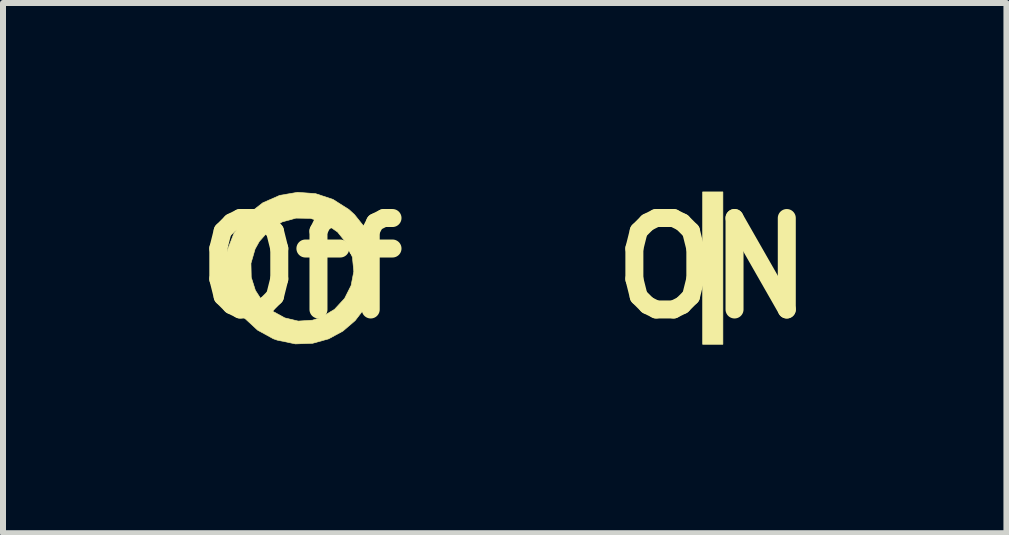
<source format=kicad_pcb>
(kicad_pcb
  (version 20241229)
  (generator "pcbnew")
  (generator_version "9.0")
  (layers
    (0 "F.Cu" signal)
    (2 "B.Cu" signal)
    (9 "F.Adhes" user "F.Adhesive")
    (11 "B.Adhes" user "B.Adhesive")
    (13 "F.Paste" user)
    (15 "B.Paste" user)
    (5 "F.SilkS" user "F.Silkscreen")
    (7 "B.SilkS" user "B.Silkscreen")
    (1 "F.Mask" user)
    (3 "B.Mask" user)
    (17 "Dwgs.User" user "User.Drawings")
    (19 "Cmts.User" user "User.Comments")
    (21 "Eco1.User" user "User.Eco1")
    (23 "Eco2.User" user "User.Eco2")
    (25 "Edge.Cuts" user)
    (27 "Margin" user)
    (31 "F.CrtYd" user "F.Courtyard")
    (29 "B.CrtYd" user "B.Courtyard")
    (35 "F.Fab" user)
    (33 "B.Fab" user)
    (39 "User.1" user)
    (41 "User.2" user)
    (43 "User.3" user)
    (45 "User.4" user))
  (footprint "Off"
    (layer "F.Cu")
    (at 1.967 1.418)
    (property "Reference" "Off" (at 0 0 0) (layer "F.SilkS") (effects (font (size 1.524 1.524) (thickness 0.3))))
    (attr through_hole)
    (fp_poly (pts (xy 0.242 -1.241) (xy 0.532 -1.145) (xy 0.798 -0.976) (xy 0.891 -0.891) (xy 1.088 -0.644) (xy 1.209 -0.38) (xy 1.262 -0.108) (xy 1.252 0.162) (xy 1.184 0.422) (xy 1.065 0.662) (xy 0.901 0.875) (xy 0.697 1.05) (xy 0.459 1.179) (xy 0.193 1.253) (xy -0.094 1.263) (xy -0.398 1.2) (xy -0.463 1.177) (xy -0.725 1.033) (xy -0.949 0.826) (xy -1.121 0.572) (xy -1.232 0.288) (xy -1.27 0) (xy -1.259 -0.08) (xy -0.835 -0.08) (xy -0.83 0.153) (xy -0.761 0.371) (xy -0.637 0.564) (xy -0.471 0.72) (xy -0.27 0.83) (xy -0.047 0.883) (xy 0.19 0.868) (xy 0.329 0.823) (xy 0.557 0.688) (xy 0.726 0.505) (xy 0.834 0.29) (xy 0.879 0.056) (xy 0.856 -0.181) (xy 0.764 -0.408) (xy 0.609 -0.601) (xy 0.392 -0.752) (xy 0.156 -0.829) (xy -0.085 -0.833) (xy -0.317 -0.769) (xy -0.525 -0.638) (xy -0.696 -0.444) (xy -0.766 -0.318) (xy -0.835 -0.08) (xy -1.259 -0.08) (xy -1.231 -0.291) (xy -1.12 -0.576) (xy -0.949 -0.829) (xy -0.891 -0.891) (xy -0.638 -1.088) (xy -0.356 -1.212) (xy -0.058 -1.263) (xy 0.242 -1.241)) (stroke (width 0.01) (type solid)) (fill yes) (layer "F.SilkS")))
  (footprint "ON"
    (layer "F.Cu")
    (at 8.828 1.418)
    (property "Reference" "ON" (at 0 0 0) (layer "F.SilkS") (effects (font (size 1.524 1.524) (thickness 0.3))))
    (attr through_hole)
    (fp_poly (pts (xy 0.169 1.27) (xy -0.169 1.27) (xy -0.169 -1.27) (xy 0.169 -1.27) (xy 0.169 1.27)) (stroke (width 0.01) (type solid)) (fill yes) (layer "F.SilkS")))
  (gr_rect
    (start -3 -3)
    (end 13.722 5.836)
    (stroke (width 0.1) (type default))
    (fill no)
    (layer "Edge.Cuts")))
</source>
